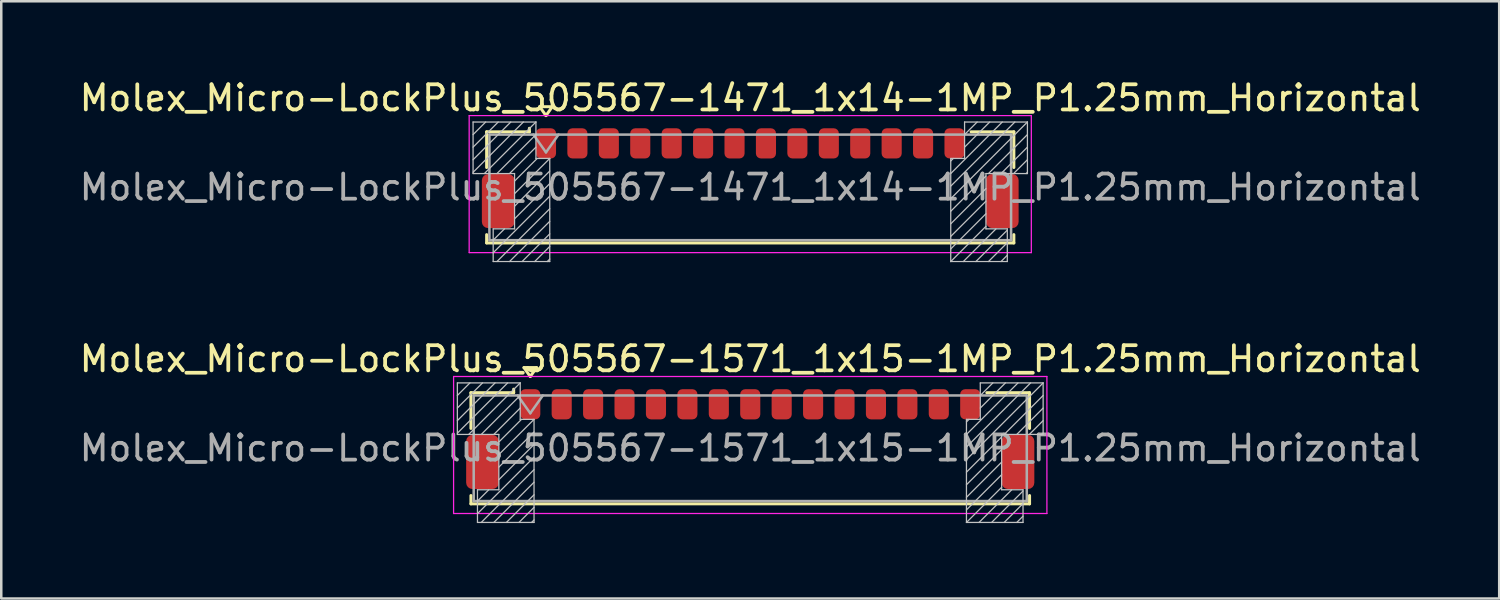
<source format=kicad_pcb>
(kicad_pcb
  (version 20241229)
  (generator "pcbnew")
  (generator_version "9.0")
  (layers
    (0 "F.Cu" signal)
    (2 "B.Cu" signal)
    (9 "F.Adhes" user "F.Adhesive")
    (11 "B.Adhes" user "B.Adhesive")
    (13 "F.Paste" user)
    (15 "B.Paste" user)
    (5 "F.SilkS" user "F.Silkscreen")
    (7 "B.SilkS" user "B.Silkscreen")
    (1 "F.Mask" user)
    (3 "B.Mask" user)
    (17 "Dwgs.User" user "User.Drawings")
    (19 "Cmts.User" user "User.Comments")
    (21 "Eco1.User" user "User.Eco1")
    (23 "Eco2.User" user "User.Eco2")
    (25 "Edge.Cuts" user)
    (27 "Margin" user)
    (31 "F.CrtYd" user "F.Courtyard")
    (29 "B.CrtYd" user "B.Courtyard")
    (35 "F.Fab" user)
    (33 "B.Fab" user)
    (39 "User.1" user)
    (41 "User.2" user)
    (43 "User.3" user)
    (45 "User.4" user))
  (footprint "Molex_Micro-LockPlus_505567-1571_1x15-1MP_P1.25mm_Horizontal"
    (layer "F.Cu")
    (at 26.792 14.416)
    (property "Reference" "Molex_Micro-LockPlus_505567-1571_1x15-1MP_P1.25mm_Horizontal" (at 0 -3.19 0) (layer "F.SilkS") (effects (font (size 1 1) (thickness 0.15))))
    (attr smd)
    (fp_line (start -11.11 -1.845) (end -9.41 -1.845) (stroke (width 0.12) (type solid)) (layer "F.SilkS"))
    (fp_line (start -11.11 -0.425) (end -11.11 -1.845) (stroke (width 0.12) (type solid)) (layer "F.SilkS"))
    (fp_line (start -11.11 2.245) (end -11.11 2.575) (stroke (width 0.12) (type solid)) (layer "F.SilkS"))
    (fp_line (start -11.11 2.575) (end 11.11 2.575) (stroke (width 0.12) (type solid)) (layer "F.SilkS"))
    (fp_line (start -9.41 -1.845) (end -9.41 -1.985) (stroke (width 0.12) (type solid)) (layer "F.SilkS"))
    (fp_line (start -9 -2.844) (end -8.75 -2.49) (stroke (width 0.12) (type solid)) (layer "F.SilkS"))
    (fp_line (start -8.75 -2.49) (end -8.5 -2.844) (stroke (width 0.12) (type solid)) (layer "F.SilkS"))
    (fp_line (start -8.5 -2.844) (end -9 -2.844) (stroke (width 0.12) (type solid)) (layer "F.SilkS"))
    (fp_line (start 11.11 -1.845) (end 9.41 -1.845) (stroke (width 0.12) (type solid)) (layer "F.SilkS"))
    (fp_line (start 11.11 -0.425) (end 11.11 -1.845) (stroke (width 0.12) (type solid)) (layer "F.SilkS"))
    (fp_line (start 11.11 2.575) (end 11.11 2.245) (stroke (width 0.12) (type solid)) (layer "F.SilkS"))
    (fp_line (start -11.65 -2.235) (end -9.15 -2.235) (stroke (width 0.05) (type solid)) (layer "Dwgs.User"))
    (fp_line (start -11.65 -0.185) (end -11.65 -2.235) (stroke (width 0.05) (type solid)) (layer "Dwgs.User"))
    (fp_line (start -11.15 -2.235) (end -11.65 -1.735) (stroke (width 0.05) (type solid)) (layer "Dwgs.User"))
    (fp_line (start -10.85 2.015) (end -10 2.015) (stroke (width 0.05) (type solid)) (layer "Dwgs.User"))
    (fp_line (start -10.85 3.315) (end -10.85 2.015) (stroke (width 0.05) (type solid)) (layer "Dwgs.User"))
    (fp_line (start -10.65 -2.235) (end -11.65 -1.235) (stroke (width 0.05) (type solid)) (layer "Dwgs.User"))
    (fp_line (start -10.4 2.015) (end -10.85 2.465) (stroke (width 0.05) (type solid)) (layer "Dwgs.User"))
    (fp_line (start -10.15 -2.235) (end -11.65 -0.735) (stroke (width 0.05) (type solid)) (layer "Dwgs.User"))
    (fp_line (start -10 -0.185) (end -11.65 -0.185) (stroke (width 0.05) (type solid)) (layer "Dwgs.User"))
    (fp_line (start -10 2.015) (end -10 -0.185) (stroke (width 0.05) (type solid)) (layer "Dwgs.User"))
    (fp_line (start -9.65 -2.235) (end -11.65 -0.235) (stroke (width 0.05) (type solid)) (layer "Dwgs.User"))
    (fp_line (start -9.15 -2.235) (end -11.2 -0.185) (stroke (width 0.05) (type solid)) (layer "Dwgs.User"))
    (fp_line (start -9.15 -2.235) (end -9.15 -0.785) (stroke (width 0.05) (type solid)) (layer "Dwgs.User"))
    (fp_line (start -9.15 -1.735) (end -10.7 -0.185) (stroke (width 0.05) (type solid)) (layer "Dwgs.User"))
    (fp_line (start -9.15 -1.235) (end -10.2 -0.185) (stroke (width 0.05) (type solid)) (layer "Dwgs.User"))
    (fp_line (start -9.15 -0.785) (end -8.6 -0.785) (stroke (width 0.05) (type solid)) (layer "Dwgs.User"))
    (fp_line (start -9.1 -0.785) (end -10 0.115) (stroke (width 0.05) (type solid)) (layer "Dwgs.User"))
    (fp_line (start -8.6 -0.785) (end -10 0.615) (stroke (width 0.05) (type solid)) (layer "Dwgs.User"))
    (fp_line (start -8.6 -0.785) (end -8.6 3.315) (stroke (width 0.05) (type solid)) (layer "Dwgs.User"))
    (fp_line (start -8.6 -0.285) (end -10 1.115) (stroke (width 0.05) (type solid)) (layer "Dwgs.User"))
    (fp_line (start -8.6 0.215) (end -10 1.615) (stroke (width 0.05) (type solid)) (layer "Dwgs.User"))
    (fp_line (start -8.6 0.715) (end -10.85 2.965) (stroke (width 0.05) (type solid)) (layer "Dwgs.User"))
    (fp_line (start -8.6 1.215) (end -10.7 3.315) (stroke (width 0.05) (type solid)) (layer "Dwgs.User"))
    (fp_line (start -8.6 1.715) (end -10.2 3.315) (stroke (width 0.05) (type solid)) (layer "Dwgs.User"))
    (fp_line (start -8.6 2.215) (end -9.7 3.315) (stroke (width 0.05) (type solid)) (layer "Dwgs.User"))
    (fp_line (start -8.6 2.715) (end -9.2 3.315) (stroke (width 0.05) (type solid)) (layer "Dwgs.User"))
    (fp_line (start -8.6 3.215) (end -8.7 3.315) (stroke (width 0.05) (type solid)) (layer "Dwgs.User"))
    (fp_line (start -8.6 3.315) (end -10.85 3.315) (stroke (width 0.05) (type solid)) (layer "Dwgs.User"))
    (fp_line (start 8.6 -0.785) (end 8.6 3.315) (stroke (width 0.05) (type solid)) (layer "Dwgs.User"))
    (fp_line (start 8.6 3.315) (end 10.85 3.315) (stroke (width 0.05) (type solid)) (layer "Dwgs.User"))
    (fp_line (start 8.7 -0.785) (end 8.6 -0.685) (stroke (width 0.05) (type solid)) (layer "Dwgs.User"))
    (fp_line (start 9.15 -2.235) (end 9.15 -0.785) (stroke (width 0.05) (type solid)) (layer "Dwgs.User"))
    (fp_line (start 9.15 -0.785) (end 8.6 -0.785) (stroke (width 0.05) (type solid)) (layer "Dwgs.User"))
    (fp_line (start 9.65 -2.235) (end 9.15 -1.735) (stroke (width 0.05) (type solid)) (layer "Dwgs.User"))
    (fp_line (start 10 -0.185) (end 11.65 -0.185) (stroke (width 0.05) (type solid)) (layer "Dwgs.User"))
    (fp_line (start 10 -0.085) (end 8.6 1.315) (stroke (width 0.05) (type solid)) (layer "Dwgs.User"))
    (fp_line (start 10 0.415) (end 8.6 1.815) (stroke (width 0.05) (type solid)) (layer "Dwgs.User"))
    (fp_line (start 10 0.915) (end 8.6 2.315) (stroke (width 0.05) (type solid)) (layer "Dwgs.User"))
    (fp_line (start 10 1.415) (end 8.6 2.815) (stroke (width 0.05) (type solid)) (layer "Dwgs.User"))
    (fp_line (start 10 1.915) (end 8.6 3.315) (stroke (width 0.05) (type solid)) (layer "Dwgs.User"))
    (fp_line (start 10 2.015) (end 10 -0.185) (stroke (width 0.05) (type solid)) (layer "Dwgs.User"))
    (fp_line (start 10.15 -2.235) (end 9.15 -1.235) (stroke (width 0.05) (type solid)) (layer "Dwgs.User"))
    (fp_line (start 10.4 2.015) (end 9.1 3.315) (stroke (width 0.05) (type solid)) (layer "Dwgs.User"))
    (fp_line (start 10.65 -2.235) (end 8.6 -0.185) (stroke (width 0.05) (type solid)) (layer "Dwgs.User"))
    (fp_line (start 10.85 2.015) (end 10 2.015) (stroke (width 0.05) (type solid)) (layer "Dwgs.User"))
    (fp_line (start 10.85 2.065) (end 9.6 3.315) (stroke (width 0.05) (type solid)) (layer "Dwgs.User"))
    (fp_line (start 10.85 2.565) (end 10.1 3.315) (stroke (width 0.05) (type solid)) (layer "Dwgs.User"))
    (fp_line (start 10.85 3.065) (end 10.6 3.315) (stroke (width 0.05) (type solid)) (layer "Dwgs.User"))
    (fp_line (start 10.85 3.315) (end 10.85 2.015) (stroke (width 0.05) (type solid)) (layer "Dwgs.User"))
    (fp_line (start 11.15 -2.235) (end 8.6 0.315) (stroke (width 0.05) (type solid)) (layer "Dwgs.User"))
    (fp_line (start 11.65 -2.235) (end 8.6 0.815) (stroke (width 0.05) (type solid)) (layer "Dwgs.User"))
    (fp_line (start 11.65 -2.235) (end 9.15 -2.235) (stroke (width 0.05) (type solid)) (layer "Dwgs.User"))
    (fp_line (start 11.65 -1.735) (end 10.1 -0.185) (stroke (width 0.05) (type solid)) (layer "Dwgs.User"))
    (fp_line (start 11.65 -1.235) (end 10.6 -0.185) (stroke (width 0.05) (type solid)) (layer "Dwgs.User"))
    (fp_line (start 11.65 -0.735) (end 11.1 -0.185) (stroke (width 0.05) (type solid)) (layer "Dwgs.User"))
    (fp_line (start 11.65 -0.235) (end 11.6 -0.185) (stroke (width 0.05) (type solid)) (layer "Dwgs.User"))
    (fp_line (start 11.65 -0.185) (end 11.65 -2.235) (stroke (width 0.05) (type solid)) (layer "Dwgs.User"))
    (fp_line (start -11.8 -2.49) (end -11.8 2.96) (stroke (width 0.05) (type solid)) (layer "F.CrtYd"))
    (fp_line (start -11.8 2.96) (end 11.8 2.96) (stroke (width 0.05) (type solid)) (layer "F.CrtYd"))
    (fp_line (start 11.8 -2.49) (end -11.8 -2.49) (stroke (width 0.05) (type solid)) (layer "F.CrtYd"))
    (fp_line (start 11.8 2.96) (end 11.8 -2.49) (stroke (width 0.05) (type solid)) (layer "F.CrtYd"))
    (fp_line (start -11 -1.735) (end -11 2.465) (stroke (width 0.1) (type solid)) (layer "F.Fab"))
    (fp_line (start -11 -1.735) (end 11 -1.735) (stroke (width 0.1) (type solid)) (layer "F.Fab"))
    (fp_line (start -11 2.465) (end 11 2.465) (stroke (width 0.1) (type solid)) (layer "F.Fab"))
    (fp_line (start -9.25 -1.735) (end -8.75 -1.028) (stroke (width 0.1) (type solid)) (layer "F.Fab"))
    (fp_line (start -8.75 -1.028) (end -8.25 -1.735) (stroke (width 0.1) (type solid)) (layer "F.Fab"))
    (fp_line (start 11 -1.735) (end 11 2.465) (stroke (width 0.1) (type solid)) (layer "F.Fab"))
    (fp_text user "${REFERENCE}" (at 0 0.36 0) (layer "F.Fab") (effects (font (size 1 1) (thickness 0.15))))
    (pad "1" smd roundrect (at -8.75 -1.385) (size 0.8 1.2) (layers "F.Cu" "F.Mask" "F.Paste") (roundrect_rratio 0.25))
    (pad "2" smd roundrect (at -7.5 -1.385) (size 0.8 1.2) (layers "F.Cu" "F.Mask" "F.Paste") (roundrect_rratio 0.25))
    (pad "3" smd roundrect (at -6.25 -1.385) (size 0.8 1.2) (layers "F.Cu" "F.Mask" "F.Paste") (roundrect_rratio 0.25))
    (pad "4" smd roundrect (at -5 -1.385) (size 0.8 1.2) (layers "F.Cu" "F.Mask" "F.Paste") (roundrect_rratio 0.25))
    (pad "5" smd roundrect (at -3.75 -1.385) (size 0.8 1.2) (layers "F.Cu" "F.Mask" "F.Paste") (roundrect_rratio 0.25))
    (pad "6" smd roundrect (at -2.5 -1.385) (size 0.8 1.2) (layers "F.Cu" "F.Mask" "F.Paste") (roundrect_rratio 0.25))
    (pad "7" smd roundrect (at -1.25 -1.385) (size 0.8 1.2) (layers "F.Cu" "F.Mask" "F.Paste") (roundrect_rratio 0.25))
    (pad "8" smd roundrect (at 0 -1.385) (size 0.8 1.2) (layers "F.Cu" "F.Mask" "F.Paste") (roundrect_rratio 0.25))
    (pad "9" smd roundrect (at 1.25 -1.385) (size 0.8 1.2) (layers "F.Cu" "F.Mask" "F.Paste") (roundrect_rratio 0.25))
    (pad "10" smd roundrect (at 2.5 -1.385) (size 0.8 1.2) (layers "F.Cu" "F.Mask" "F.Paste") (roundrect_rratio 0.25))
    (pad "11" smd roundrect (at 3.75 -1.385) (size 0.8 1.2) (layers "F.Cu" "F.Mask" "F.Paste") (roundrect_rratio 0.25))
    (pad "12" smd roundrect (at 5 -1.385) (size 0.8 1.2) (layers "F.Cu" "F.Mask" "F.Paste") (roundrect_rratio 0.25))
    (pad "13" smd roundrect (at 6.25 -1.385) (size 0.8 1.2) (layers "F.Cu" "F.Mask" "F.Paste") (roundrect_rratio 0.25))
    (pad "14" smd roundrect (at 7.5 -1.385) (size 0.8 1.2) (layers "F.Cu" "F.Mask" "F.Paste") (roundrect_rratio 0.25))
    (pad "15" smd roundrect (at 8.75 -1.385) (size 0.8 1.2) (layers "F.Cu" "F.Mask" "F.Paste") (roundrect_rratio 0.25))
    (pad "MP" smd roundrect (at -10.65 0.91) (size 1.3 2.15) (layers "F.Cu" "F.Mask" "F.Paste") (roundrect_rratio 0.192))
    (pad "MP" smd roundrect (at 10.65 0.91) (size 1.3 2.15) (layers "F.Cu" "F.Mask" "F.Paste") (roundrect_rratio 0.192)))
  (footprint "Molex_Micro-LockPlus_505567-1471_1x14-1MP_P1.25mm_Horizontal"
    (layer "F.Cu")
    (at 26.792 4.038)
    (property "Reference" "Molex_Micro-LockPlus_505567-1471_1x14-1MP_P1.25mm_Horizontal" (at 0 -3.19 0) (layer "F.SilkS") (effects (font (size 1 1) (thickness 0.15))))
    (attr smd)
    (fp_line (start -10.485 -1.845) (end -8.785 -1.845) (stroke (width 0.12) (type solid)) (layer "F.SilkS"))
    (fp_line (start -10.485 -0.425) (end -10.485 -1.845) (stroke (width 0.12) (type solid)) (layer "F.SilkS"))
    (fp_line (start -10.485 2.245) (end -10.485 2.575) (stroke (width 0.12) (type solid)) (layer "F.SilkS"))
    (fp_line (start -10.485 2.575) (end 10.485 2.575) (stroke (width 0.12) (type solid)) (layer "F.SilkS"))
    (fp_line (start -8.785 -1.845) (end -8.785 -1.985) (stroke (width 0.12) (type solid)) (layer "F.SilkS"))
    (fp_line (start -8.375 -2.844) (end -8.125 -2.49) (stroke (width 0.12) (type solid)) (layer "F.SilkS"))
    (fp_line (start -8.125 -2.49) (end -7.875 -2.844) (stroke (width 0.12) (type solid)) (layer "F.SilkS"))
    (fp_line (start -7.875 -2.844) (end -8.375 -2.844) (stroke (width 0.12) (type solid)) (layer "F.SilkS"))
    (fp_line (start 10.485 -1.845) (end 8.785 -1.845) (stroke (width 0.12) (type solid)) (layer "F.SilkS"))
    (fp_line (start 10.485 -0.425) (end 10.485 -1.845) (stroke (width 0.12) (type solid)) (layer "F.SilkS"))
    (fp_line (start 10.485 2.575) (end 10.485 2.245) (stroke (width 0.12) (type solid)) (layer "F.SilkS"))
    (fp_line (start -11.025 -2.235) (end -8.525 -2.235) (stroke (width 0.05) (type solid)) (layer "Dwgs.User"))
    (fp_line (start -11.025 -0.185) (end -11.025 -2.235) (stroke (width 0.05) (type solid)) (layer "Dwgs.User"))
    (fp_line (start -10.525 -2.235) (end -11.025 -1.735) (stroke (width 0.05) (type solid)) (layer "Dwgs.User"))
    (fp_line (start -10.225 2.015) (end -9.375 2.015) (stroke (width 0.05) (type solid)) (layer "Dwgs.User"))
    (fp_line (start -10.225 3.315) (end -10.225 2.015) (stroke (width 0.05) (type solid)) (layer "Dwgs.User"))
    (fp_line (start -10.025 -2.235) (end -11.025 -1.235) (stroke (width 0.05) (type solid)) (layer "Dwgs.User"))
    (fp_line (start -9.775 2.015) (end -10.225 2.465) (stroke (width 0.05) (type solid)) (layer "Dwgs.User"))
    (fp_line (start -9.525 -2.235) (end -11.025 -0.735) (stroke (width 0.05) (type solid)) (layer "Dwgs.User"))
    (fp_line (start -9.375 -0.185) (end -11.025 -0.185) (stroke (width 0.05) (type solid)) (layer "Dwgs.User"))
    (fp_line (start -9.375 2.015) (end -9.375 -0.185) (stroke (width 0.05) (type solid)) (layer "Dwgs.User"))
    (fp_line (start -9.025 -2.235) (end -11.025 -0.235) (stroke (width 0.05) (type solid)) (layer "Dwgs.User"))
    (fp_line (start -8.525 -2.235) (end -10.575 -0.185) (stroke (width 0.05) (type solid)) (layer "Dwgs.User"))
    (fp_line (start -8.525 -2.235) (end -8.525 -0.785) (stroke (width 0.05) (type solid)) (layer "Dwgs.User"))
    (fp_line (start -8.525 -1.735) (end -10.075 -0.185) (stroke (width 0.05) (type solid)) (layer "Dwgs.User"))
    (fp_line (start -8.525 -1.235) (end -9.575 -0.185) (stroke (width 0.05) (type solid)) (layer "Dwgs.User"))
    (fp_line (start -8.525 -0.785) (end -7.975 -0.785) (stroke (width 0.05) (type solid)) (layer "Dwgs.User"))
    (fp_line (start -8.475 -0.785) (end -9.375 0.115) (stroke (width 0.05) (type solid)) (layer "Dwgs.User"))
    (fp_line (start -7.975 -0.785) (end -9.375 0.615) (stroke (width 0.05) (type solid)) (layer "Dwgs.User"))
    (fp_line (start -7.975 -0.785) (end -7.975 3.315) (stroke (width 0.05) (type solid)) (layer "Dwgs.User"))
    (fp_line (start -7.975 -0.285) (end -9.375 1.115) (stroke (width 0.05) (type solid)) (layer "Dwgs.User"))
    (fp_line (start -7.975 0.215) (end -9.375 1.615) (stroke (width 0.05) (type solid)) (layer "Dwgs.User"))
    (fp_line (start -7.975 0.715) (end -10.225 2.965) (stroke (width 0.05) (type solid)) (layer "Dwgs.User"))
    (fp_line (start -7.975 1.215) (end -10.075 3.315) (stroke (width 0.05) (type solid)) (layer "Dwgs.User"))
    (fp_line (start -7.975 1.715) (end -9.575 3.315) (stroke (width 0.05) (type solid)) (layer "Dwgs.User"))
    (fp_line (start -7.975 2.215) (end -9.075 3.315) (stroke (width 0.05) (type solid)) (layer "Dwgs.User"))
    (fp_line (start -7.975 2.715) (end -8.575 3.315) (stroke (width 0.05) (type solid)) (layer "Dwgs.User"))
    (fp_line (start -7.975 3.215) (end -8.075 3.315) (stroke (width 0.05) (type solid)) (layer "Dwgs.User"))
    (fp_line (start -7.975 3.315) (end -10.225 3.315) (stroke (width 0.05) (type solid)) (layer "Dwgs.User"))
    (fp_line (start 7.975 -0.785) (end 7.975 3.315) (stroke (width 0.05) (type solid)) (layer "Dwgs.User"))
    (fp_line (start 7.975 3.315) (end 10.225 3.315) (stroke (width 0.05) (type solid)) (layer "Dwgs.User"))
    (fp_line (start 8.075 -0.785) (end 7.975 -0.685) (stroke (width 0.05) (type solid)) (layer "Dwgs.User"))
    (fp_line (start 8.525 -2.235) (end 8.525 -0.785) (stroke (width 0.05) (type solid)) (layer "Dwgs.User"))
    (fp_line (start 8.525 -0.785) (end 7.975 -0.785) (stroke (width 0.05) (type solid)) (layer "Dwgs.User"))
    (fp_line (start 9.025 -2.235) (end 8.525 -1.735) (stroke (width 0.05) (type solid)) (layer "Dwgs.User"))
    (fp_line (start 9.375 -0.185) (end 11.025 -0.185) (stroke (width 0.05) (type solid)) (layer "Dwgs.User"))
    (fp_line (start 9.375 -0.085) (end 7.975 1.315) (stroke (width 0.05) (type solid)) (layer "Dwgs.User"))
    (fp_line (start 9.375 0.415) (end 7.975 1.815) (stroke (width 0.05) (type solid)) (layer "Dwgs.User"))
    (fp_line (start 9.375 0.915) (end 7.975 2.315) (stroke (width 0.05) (type solid)) (layer "Dwgs.User"))
    (fp_line (start 9.375 1.415) (end 7.975 2.815) (stroke (width 0.05) (type solid)) (layer "Dwgs.User"))
    (fp_line (start 9.375 1.915) (end 7.975 3.315) (stroke (width 0.05) (type solid)) (layer "Dwgs.User"))
    (fp_line (start 9.375 2.015) (end 9.375 -0.185) (stroke (width 0.05) (type solid)) (layer "Dwgs.User"))
    (fp_line (start 9.525 -2.235) (end 8.525 -1.235) (stroke (width 0.05) (type solid)) (layer "Dwgs.User"))
    (fp_line (start 9.775 2.015) (end 8.475 3.315) (stroke (width 0.05) (type solid)) (layer "Dwgs.User"))
    (fp_line (start 10.025 -2.235) (end 7.975 -0.185) (stroke (width 0.05) (type solid)) (layer "Dwgs.User"))
    (fp_line (start 10.225 2.015) (end 9.375 2.015) (stroke (width 0.05) (type solid)) (layer "Dwgs.User"))
    (fp_line (start 10.225 2.065) (end 8.975 3.315) (stroke (width 0.05) (type solid)) (layer "Dwgs.User"))
    (fp_line (start 10.225 2.565) (end 9.475 3.315) (stroke (width 0.05) (type solid)) (layer "Dwgs.User"))
    (fp_line (start 10.225 3.065) (end 9.975 3.315) (stroke (width 0.05) (type solid)) (layer "Dwgs.User"))
    (fp_line (start 10.225 3.315) (end 10.225 2.015) (stroke (width 0.05) (type solid)) (layer "Dwgs.User"))
    (fp_line (start 10.525 -2.235) (end 7.975 0.315) (stroke (width 0.05) (type solid)) (layer "Dwgs.User"))
    (fp_line (start 11.025 -2.235) (end 7.975 0.815) (stroke (width 0.05) (type solid)) (layer "Dwgs.User"))
    (fp_line (start 11.025 -2.235) (end 8.525 -2.235) (stroke (width 0.05) (type solid)) (layer "Dwgs.User"))
    (fp_line (start 11.025 -1.735) (end 9.475 -0.185) (stroke (width 0.05) (type solid)) (layer "Dwgs.User"))
    (fp_line (start 11.025 -1.235) (end 9.975 -0.185) (stroke (width 0.05) (type solid)) (layer "Dwgs.User"))
    (fp_line (start 11.025 -0.735) (end 10.475 -0.185) (stroke (width 0.05) (type solid)) (layer "Dwgs.User"))
    (fp_line (start 11.025 -0.235) (end 10.975 -0.185) (stroke (width 0.05) (type solid)) (layer "Dwgs.User"))
    (fp_line (start 11.025 -0.185) (end 11.025 -2.235) (stroke (width 0.05) (type solid)) (layer "Dwgs.User"))
    (fp_line (start -11.18 -2.49) (end -11.18 2.96) (stroke (width 0.05) (type solid)) (layer "F.CrtYd"))
    (fp_line (start -11.18 2.96) (end 11.18 2.96) (stroke (width 0.05) (type solid)) (layer "F.CrtYd"))
    (fp_line (start 11.18 -2.49) (end -11.18 -2.49) (stroke (width 0.05) (type solid)) (layer "F.CrtYd"))
    (fp_line (start 11.18 2.96) (end 11.18 -2.49) (stroke (width 0.05) (type solid)) (layer "F.CrtYd"))
    (fp_line (start -10.375 -1.735) (end -10.375 2.465) (stroke (width 0.1) (type solid)) (layer "F.Fab"))
    (fp_line (start -10.375 -1.735) (end 10.375 -1.735) (stroke (width 0.1) (type solid)) (layer "F.Fab"))
    (fp_line (start -10.375 2.465) (end 10.375 2.465) (stroke (width 0.1) (type solid)) (layer "F.Fab"))
    (fp_line (start -8.625 -1.735) (end -8.125 -1.028) (stroke (width 0.1) (type solid)) (layer "F.Fab"))
    (fp_line (start -8.125 -1.028) (end -7.625 -1.735) (stroke (width 0.1) (type solid)) (layer "F.Fab"))
    (fp_line (start 10.375 -1.735) (end 10.375 2.465) (stroke (width 0.1) (type solid)) (layer "F.Fab"))
    (fp_text user "${REFERENCE}" (at 0 0.36 0) (layer "F.Fab") (effects (font (size 1 1) (thickness 0.15))))
    (pad "1" smd roundrect (at -8.125 -1.385) (size 0.8 1.2) (layers "F.Cu" "F.Mask" "F.Paste") (roundrect_rratio 0.25))
    (pad "2" smd roundrect (at -6.875 -1.385) (size 0.8 1.2) (layers "F.Cu" "F.Mask" "F.Paste") (roundrect_rratio 0.25))
    (pad "3" smd roundrect (at -5.625 -1.385) (size 0.8 1.2) (layers "F.Cu" "F.Mask" "F.Paste") (roundrect_rratio 0.25))
    (pad "4" smd roundrect (at -4.375 -1.385) (size 0.8 1.2) (layers "F.Cu" "F.Mask" "F.Paste") (roundrect_rratio 0.25))
    (pad "5" smd roundrect (at -3.125 -1.385) (size 0.8 1.2) (layers "F.Cu" "F.Mask" "F.Paste") (roundrect_rratio 0.25))
    (pad "6" smd roundrect (at -1.875 -1.385) (size 0.8 1.2) (layers "F.Cu" "F.Mask" "F.Paste") (roundrect_rratio 0.25))
    (pad "7" smd roundrect (at -0.625 -1.385) (size 0.8 1.2) (layers "F.Cu" "F.Mask" "F.Paste") (roundrect_rratio 0.25))
    (pad "8" smd roundrect (at 0.625 -1.385) (size 0.8 1.2) (layers "F.Cu" "F.Mask" "F.Paste") (roundrect_rratio 0.25))
    (pad "9" smd roundrect (at 1.875 -1.385) (size 0.8 1.2) (layers "F.Cu" "F.Mask" "F.Paste") (roundrect_rratio 0.25))
    (pad "10" smd roundrect (at 3.125 -1.385) (size 0.8 1.2) (layers "F.Cu" "F.Mask" "F.Paste") (roundrect_rratio 0.25))
    (pad "11" smd roundrect (at 4.375 -1.385) (size 0.8 1.2) (layers "F.Cu" "F.Mask" "F.Paste") (roundrect_rratio 0.25))
    (pad "12" smd roundrect (at 5.625 -1.385) (size 0.8 1.2) (layers "F.Cu" "F.Mask" "F.Paste") (roundrect_rratio 0.25))
    (pad "13" smd roundrect (at 6.875 -1.385) (size 0.8 1.2) (layers "F.Cu" "F.Mask" "F.Paste") (roundrect_rratio 0.25))
    (pad "14" smd roundrect (at 8.125 -1.385) (size 0.8 1.2) (layers "F.Cu" "F.Mask" "F.Paste") (roundrect_rratio 0.25))
    (pad "MP" smd roundrect (at -10.025 0.91) (size 1.3 2.15) (layers "F.Cu" "F.Mask" "F.Paste") (roundrect_rratio 0.192))
    (pad "MP" smd roundrect (at 10.025 0.91) (size 1.3 2.15) (layers "F.Cu" "F.Mask" "F.Paste") (roundrect_rratio 0.192)))
  (gr_rect
    (start -3 -3)
    (end 56.583 20.756)
    (stroke (width 0.1) (type default))
    (fill no)
    (layer "Edge.Cuts")))
</source>
